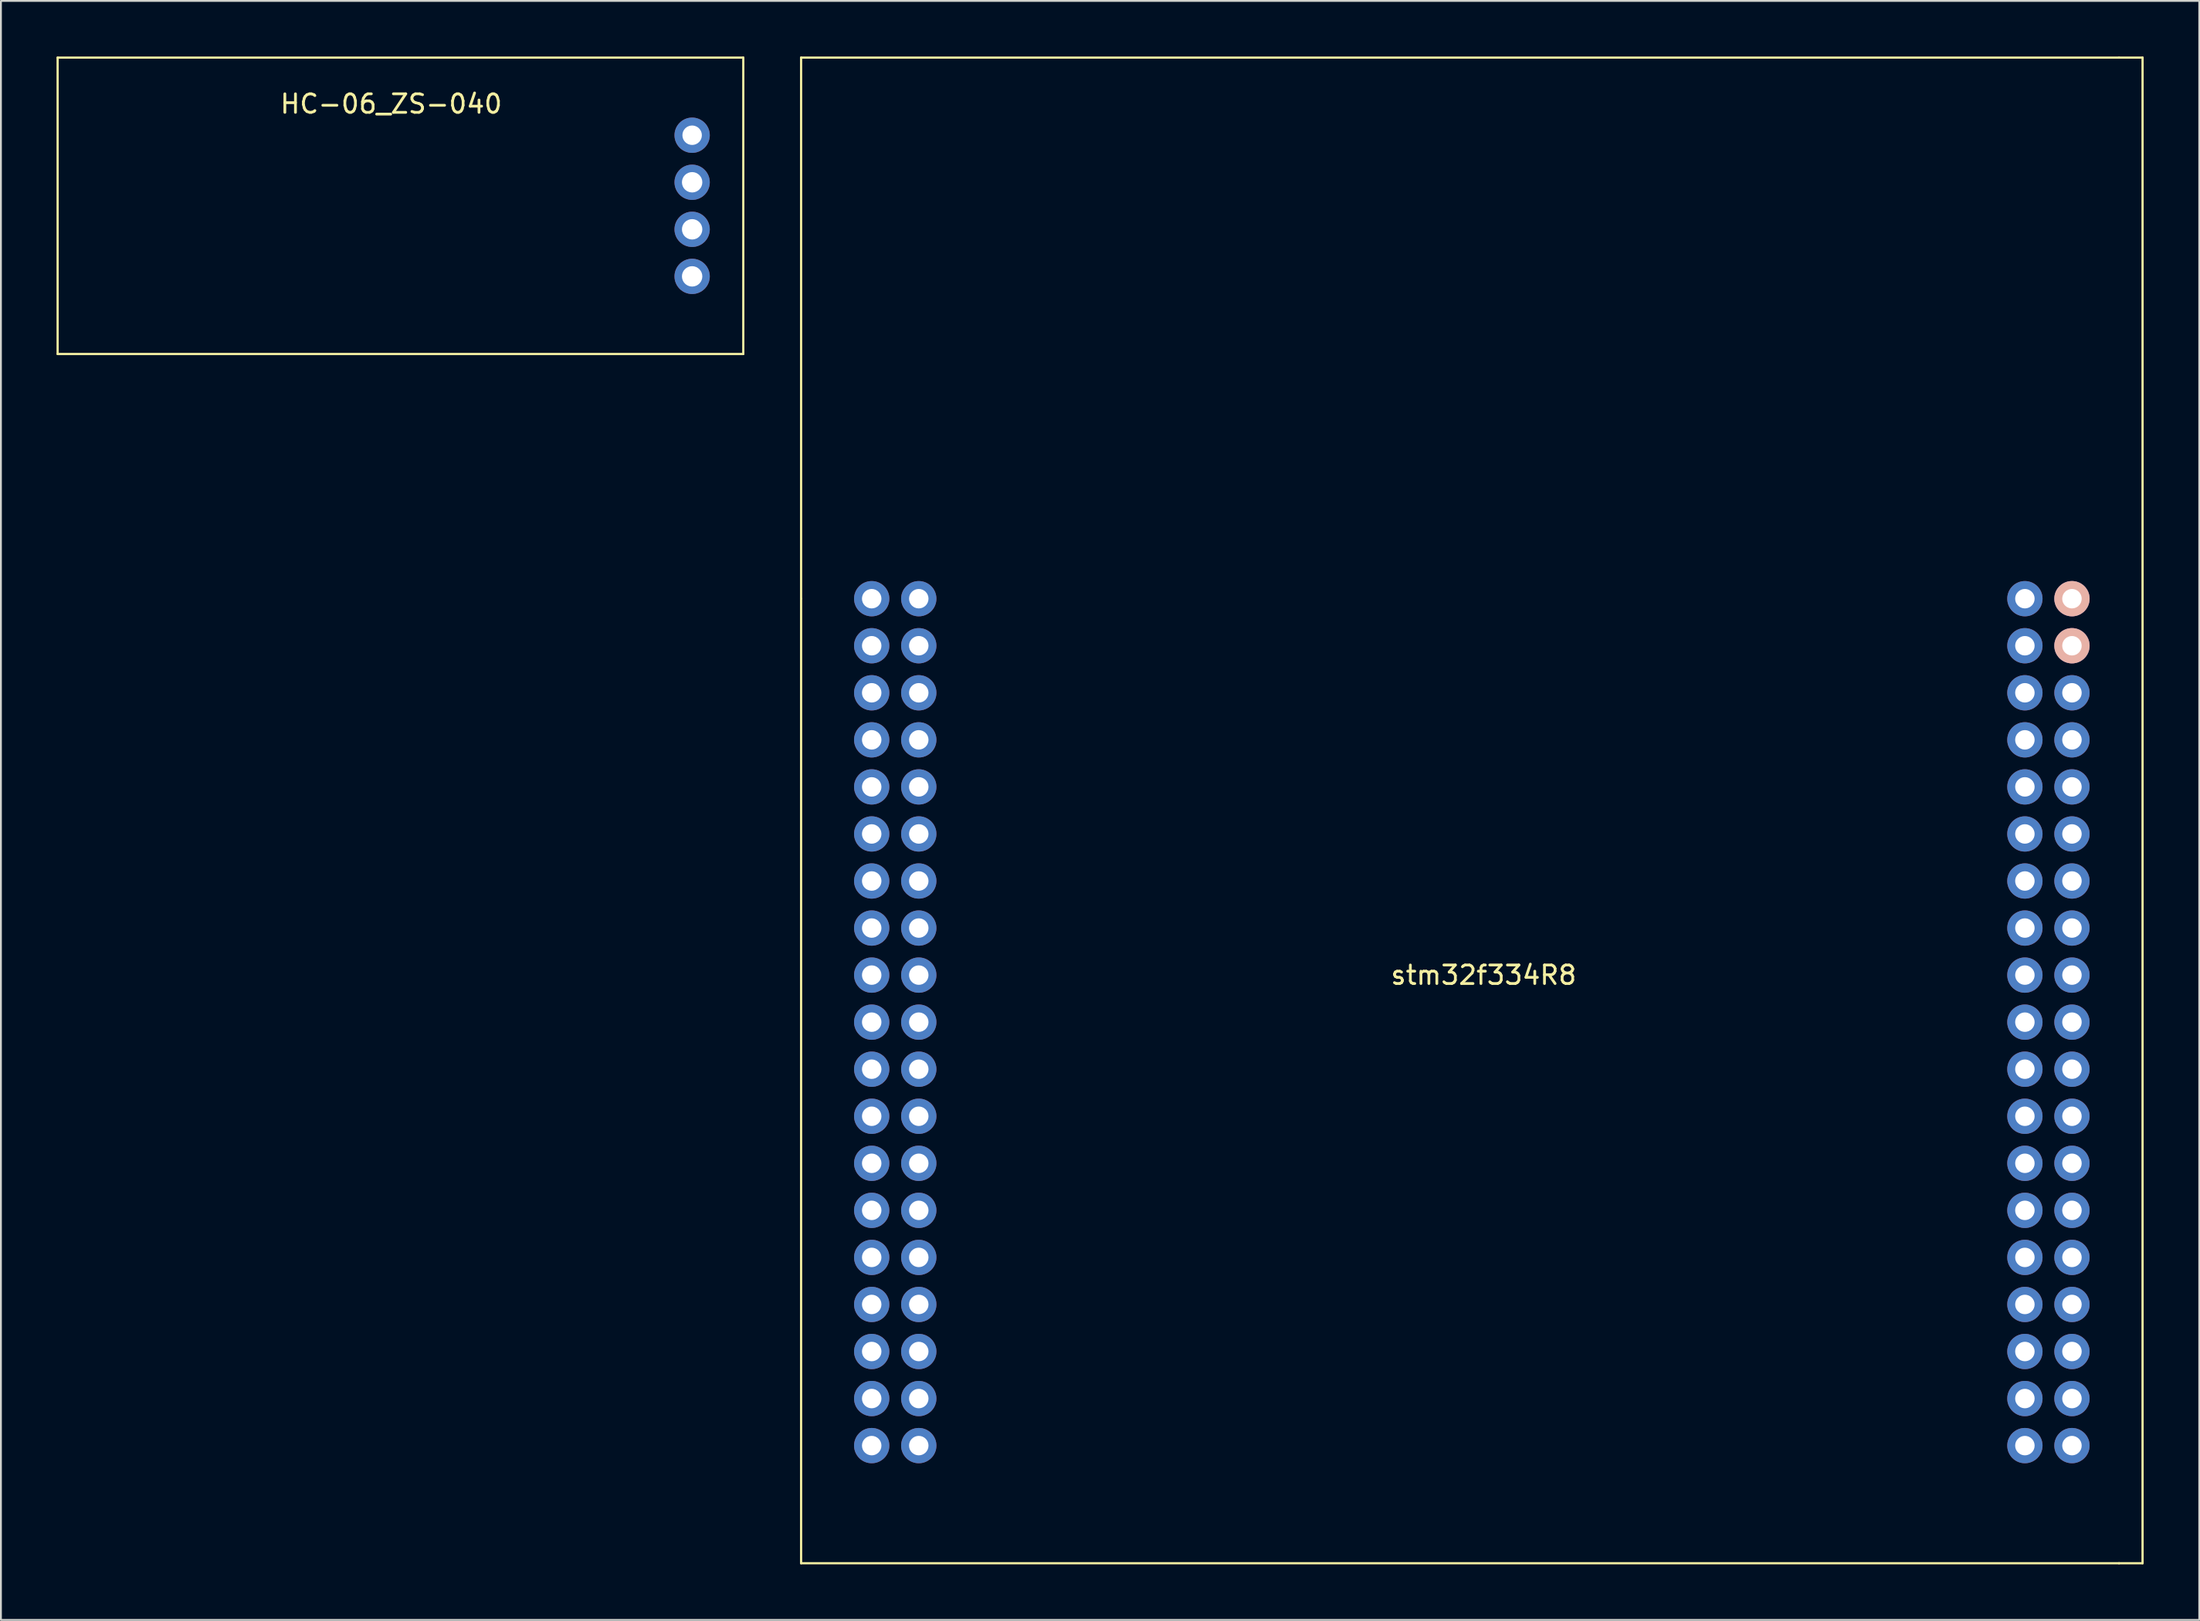
<source format=kicad_pcb>
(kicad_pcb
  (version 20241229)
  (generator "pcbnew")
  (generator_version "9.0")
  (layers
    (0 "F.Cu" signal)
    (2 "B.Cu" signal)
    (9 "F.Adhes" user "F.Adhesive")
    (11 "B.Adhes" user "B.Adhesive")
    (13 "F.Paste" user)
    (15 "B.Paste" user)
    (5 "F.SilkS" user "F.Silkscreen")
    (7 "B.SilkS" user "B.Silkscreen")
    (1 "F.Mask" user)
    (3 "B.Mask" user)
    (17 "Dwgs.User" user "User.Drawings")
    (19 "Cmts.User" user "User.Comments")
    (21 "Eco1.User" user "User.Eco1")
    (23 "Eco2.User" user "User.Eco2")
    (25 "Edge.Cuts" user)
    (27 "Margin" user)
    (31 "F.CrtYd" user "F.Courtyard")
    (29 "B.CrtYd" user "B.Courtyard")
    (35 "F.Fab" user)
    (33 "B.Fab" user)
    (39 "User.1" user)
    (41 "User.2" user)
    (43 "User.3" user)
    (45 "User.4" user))
  (footprint "HC-06_ZS-040"
    (layer "F.Cu")
    (at 19.06 8.06)
    (property "Reference" "HC-06_ZS-040" (at -1 -5.5 0) (layer "F.SilkS") (effects (font (size 1 1) (thickness 0.15))))
    (attr through_hole)
    (fp_line (start -19 -8) (end 18 -8) (stroke (width 0.12) (type solid)) (layer "F.SilkS"))
    (fp_line (start -19 8) (end -19 -8) (stroke (width 0.12) (type solid)) (layer "F.SilkS"))
    (fp_line (start 18 -8) (end 18 8) (stroke (width 0.12) (type solid)) (layer "F.SilkS"))
    (fp_line (start 18 8) (end -19 8) (stroke (width 0.12) (type solid)) (layer "F.SilkS"))
    (pad "1" thru_hole circle (at 15.24 -3.81 270) (size 1.905 1.905) (drill 1.05) (layers "*.Cu" "*.Mask"))
    (pad "2" thru_hole circle (at 15.24 -1.27 270) (size 1.905 1.905) (drill 1.1) (layers "*.Cu" "*.Mask"))
    (pad "3" thru_hole circle (at 15.24 1.27 270) (size 1.905 1.905) (drill 1.1) (layers "*.Cu" "*.Mask"))
    (pad "4" thru_hole circle (at 15.24 3.81 270) (size 1.905 1.905) (drill 1.1) (layers "*.Cu" "*.Mask")))
  (footprint "stm32f334R8"
    (layer "F.Cu")
    (at 74.47 49.59)
    (property "Reference" "stm32f334R8" (at 2.54 0 0) (layer "F.SilkS") (effects (font (size 1 1) (thickness 0.15))))
    (attr through_hole)
    (fp_line (start -34.29 -49.53) (end -34.29 -20.32) (stroke (width 0.12) (type solid)) (layer "F.SilkS"))
    (fp_line (start -34.29 -20.32) (end -34.29 31.75) (stroke (width 0.12) (type solid)) (layer "F.SilkS"))
    (fp_line (start -34.29 31.75) (end 36.83 31.75) (stroke (width 0.12) (type solid)) (layer "F.SilkS"))
    (fp_line (start 36.83 -49.53) (end -34.29 -49.53) (stroke (width 0.12) (type solid)) (layer "F.SilkS"))
    (fp_line (start 36.83 -49.53) (end 38.1 -49.53) (stroke (width 0.12) (type solid)) (layer "F.SilkS"))
    (fp_line (start 38.1 -49.53) (end 38.1 31.75) (stroke (width 0.12) (type solid)) (layer "F.SilkS"))
    (fp_line (start 38.1 31.75) (end 36.83 31.75) (stroke (width 0.12) (type solid)) (layer "F.SilkS"))
    (pad "2" thru_hole circle (at -30.48 7.62) (size 1.905 1.905) (drill 1.05) (layers "*.Cu" "*.Mask"))
    (pad "3" thru_hole circle (at -30.48 10.16) (size 1.905 1.905) (drill 1.05) (layers "*.Cu" "*.Mask"))
    (pad "3V3" thru_hole circle (at -27.94 -2.54) (size 1.905 1.905) (drill 1.05) (layers "*.Cu" "*.Mask"))
    (pad "4" thru_hole circle (at -30.48 12.7) (size 1.905 1.905) (drill 1.05) (layers "*.Cu" "*.Mask"))
    (pad "5" thru_hole circle (at -30.48 15.24) (size 1.905 1.905) (drill 1.05) (layers "*.Cu" "*.Mask"))
    (pad "5V" thru_hole circle (at -27.94 0) (size 1.905 1.905) (drill 1.05) (layers "*.Cu" "F.Mask"))
    (pad "6" thru_hole circle (at -30.48 17.78) (size 1.905 1.905) (drill 1.05) (layers "*.Cu" "*.Mask"))
    (pad "8" thru_hole circle (at -27.94 25.4) (size 1.905 1.905) (drill 1.05) (layers "*.Cu" "*.Mask"))
    (pad "9" thru_hole circle (at -27.94 22.86) (size 1.905 1.905) (drill 1.05) (layers "*.Cu" "*.Mask"))
    (pad "10" thru_hole circle (at -30.48 22.86) (size 1.905 1.905) (drill 1.05) (layers "*.Cu" "*.Mask"))
    (pad "11" thru_hole circle (at -30.48 25.4) (size 1.905 1.905) (drill 1.05) (layers "*.Cu" "*.Mask"))
    (pad "14" thru_hole circle (at -27.94 12.7) (size 1.905 1.905) (drill 1.05) (layers "*.Cu" "*.Mask"))
    (pad "15" thru_hole circle (at -27.94 15.24) (size 1.905 1.905) (drill 1.05) (layers "*.Cu" "*.Mask"))
    (pad "16" thru_hole circle (at 31.75 22.86) (size 1.905 1.905) (drill 1.05) (layers "*.Cu" "*.Mask"))
    (pad "17" thru_hole circle (at 31.75 25.4) (size 1.905 1.905) (drill 1.05) (layers "*.Cu" "*.Mask"))
    (pad "20" thru_hole circle (at -27.94 17.78) (size 1.905 1.905) (drill 1.05) (layers "*.Cu" "*.Mask"))
    (pad "21" thru_hole circle (at 31.75 -7.62) (size 1.905 1.905) (drill 1.05) (layers "*.Cu" "*.Mask"))
    (pad "22" thru_hole circle (at 31.75 -5.08) (size 1.905 1.905) (drill 1.05) (layers "*.Cu" "*.Mask"))
    (pad "23" thru_hole circle (at 31.75 -2.54) (size 1.905 1.905) (drill 1.05) (layers "*.Cu" "*.Mask"))
    (pad "24" thru_hole circle (at 34.29 20.32) (size 1.905 1.905) (drill 1.05) (layers "*.Cu" "*.Mask"))
    (pad "25" thru_hole circle (at 34.29 -15.24) (size 1.905 1.905) (drill 1.05) (layers "*.Cu" "*.Mask"))
    (pad "26" thru_hole circle (at -27.94 20.32) (size 1.905 1.905) (drill 1.05) (layers "*.Cu" "*.Mask"))
    (pad "27" thru_hole circle (at 34.29 7.62) (size 1.905 1.905) (drill 1.05) (layers "*.Cu" "*.Mask"))
    (pad "28" thru_hole circle (at 34.29 5.08) (size 1.905 1.905) (drill 1.05) (layers "*.Cu" "*.Mask"))
    (pad "29" thru_hole circle (at 31.75 10.16) (size 1.905 1.905) (drill 1.05) (layers "*.Cu" "*.Mask"))
    (pad "30" thru_hole circle (at 34.29 0) (size 1.905 1.905) (drill 1.05) (layers "*.Cu" "*.Mask"))
    (pad "33" thru_hole circle (at 34.29 -2.54) (size 1.905 1.905) (drill 1.05) (layers "*.Cu" "*.Mask"))
    (pad "34" thru_hole circle (at 34.29 15.24) (size 1.905 1.905) (drill 1.05) (layers "*.Cu" "*.Mask"))
    (pad "35" thru_hole circle (at 34.29 12.7) (size 1.905 1.905) (drill 1.05) (layers "*.Cu" "*.Mask"))
    (pad "36" thru_hole circle (at 34.29 10.16) (size 1.905 1.905) (drill 1.05) (layers "*.Cu" "*.Mask"))
    (pad "37" thru_hole circle (at 34.29 -17.78) (size 1.905 1.905) (drill 1.05) (layers "*.Cu" "*.Mask" "B.SilkS"))
    (pad "38" thru_hole circle (at 31.75 2.54) (size 1.905 1.905) (drill 1.05) (layers "*.Cu" "*.Mask"))
    (pad "39" thru_hole circle (at 34.29 -20.32) (size 1.905 1.905) (drill 1.05) (layers "*.Cu" "*.Mask" "B.SilkS"))
    (pad "40" thru_hole circle (at 31.75 -20.32) (size 1.905 1.905) (drill 1.05) (layers "*.Cu" "*.Mask"))
    (pad "41" thru_hole circle (at 31.75 7.62) (size 1.905 1.905) (drill 1.05) (layers "*.Cu" "*.Mask"))
    (pad "42" thru_hole circle (at 31.75 5.08) (size 1.905 1.905) (drill 1.05) (layers "*.Cu" "*.Mask"))
    (pad "43" thru_hole circle (at 31.75 20.32) (size 1.905 1.905) (drill 1.05) (layers "*.Cu" "*.Mask"))
    (pad "44" thru_hole circle (at 34.29 -5.08) (size 1.905 1.905) (drill 1.05) (layers "*.Cu" "*.Mask"))
    (pad "45" thru_hole circle (at 34.29 -7.62) (size 1.905 1.905) (drill 1.05) (layers "*.Cu" "*.Mask"))
    (pad "46" thru_hole circle (at -30.48 -5.08) (size 1.905 1.905) (drill 1.05) (layers "*.Cu" "*.Mask"))
    (pad "49" thru_hole circle (at -30.48 -2.54) (size 1.905 1.905) (drill 1.05) (layers "*.Cu" "*.Mask"))
    (pad "50" thru_hole circle (at -30.48 0) (size 1.905 1.905) (drill 1.05) (layers "*.Cu" "*.Mask" "Eco2.User"))
    (pad "51" thru_hole circle (at -30.48 -20.32) (size 1.905 1.905) (drill 1.05) (layers "*.Cu" "*.Mask" "B.Adhes"))
    (pad "52" thru_hole circle (at -27.94 -20.32) (size 1.905 1.905) (drill 1.05) (layers "*.Cu" "*.Mask"))
    (pad "53" thru_hole circle (at -30.48 -17.78) (size 1.905 1.905) (drill 1.05) (layers "*.Cu" "*.Mask"))
    (pad "54" thru_hole circle (at -27.94 -17.78) (size 1.905 1.905) (drill 1.05) (layers "*.Cu" "*.Mask" "B.Paste"))
    (pad "55" thru_hole circle (at 31.75 17.78) (size 1.905 1.905) (drill 1.05) (layers "*.Cu" "*.Mask"))
    (pad "56" thru_hole circle (at 31.75 12.7) (size 1.905 1.905) (drill 1.05) (layers "*.Cu" "*.Mask"))
    (pad "57" thru_hole circle (at 31.75 15.24) (size 1.905 1.905) (drill 1.05) (layers "*.Cu" "*.Mask"))
    (pad "58" thru_hole circle (at 31.75 0) (size 1.905 1.905) (drill 1.05) (layers "*.Cu" "*.Mask"))
    (pad "59" thru_hole circle (at -30.48 5.08) (size 1.905 1.905) (drill 1.05) (layers "*.Cu" "*.Mask"))
    (pad "60" thru_hole circle (at -30.48 -12.7) (size 1.905 1.905) (drill 1.05) (layers "*.Cu" "*.Mask"))
    (pad "61" thru_hole circle (at 31.75 -17.78) (size 1.905 1.905) (drill 1.05) (layers "*.Cu" "*.Mask"))
    (pad "62" thru_hole circle (at 31.75 -15.24) (size 1.905 1.905) (drill 1.05) (layers "*.Cu" "*.Mask"))
    (pad "AGND" thru_hole circle (at 34.29 17.78) (size 1.905 1.905) (drill 1.05) (layers "*.Cu" "*.Mask"))
    (pad "AVDD" thru_hole circle (at 31.75 -12.7) (size 1.905 1.905) (drill 1.05) (layers "*.Cu" "*.Mask"))
    (pad "E5V" thru_hole circle (at -27.94 -15.24) (size 1.905 1.905) (drill 1.05) (layers "*.Cu" "*.Mask"))
    (pad "GND" thru_hole circle (at -30.48 2.54) (size 1.905 1.905) (drill 1.05) (layers "*.Cu" "*.Mask"))
    (pad "GND" thru_hole circle (at -27.94 -12.7) (size 1.905 1.905) (drill 1.05) (layers "*.Cu" "*.Mask"))
    (pad "GND" thru_hole circle (at -27.94 2.54) (size 1.905 1.905) (drill 1.05) (layers "*.Cu" "*.Mask"))
    (pad "GND" thru_hole circle (at -27.94 5.08) (size 1.905 1.905) (drill 1.05) (layers "*.Cu" "*.Mask"))
    (pad "GND" thru_hole circle (at 31.75 -10.16) (size 1.905 1.905) (drill 1.05) (layers "*.Cu" "*.Mask"))
    (pad "GND" thru_hole circle (at 34.29 2.54) (size 1.905 1.905) (drill 1.05) (layers "*.Cu" "*.Mask"))
    (pad "IOREF" thru_hole circle (at -27.94 -7.62) (size 1.905 1.905) (drill 1.05) (layers "*.Cu" "*.Mask"))
    (pad "NC" thru_hole circle (at -30.48 -10.16) (size 1.905 1.905) (drill 1.05) (layers "*.Cu" "*.Mask"))
    (pad "NC" thru_hole circle (at -30.48 -7.62) (size 1.905 1.905) (drill 1.05) (layers "*.Cu" "*.Mask"))
    (pad "NC" thru_hole circle (at -27.94 -10.16) (size 1.905 1.905) (drill 1.05) (layers "*.Cu" "*.Mask"))
    (pad "NC" thru_hole circle (at -27.94 10.16) (size 1.905 1.905) (drill 1.05) (layers "*.Cu" "*.Mask"))
    (pad "NC" thru_hole circle (at 34.29 -10.16) (size 1.905 1.905) (drill 1.05) (layers "*.Cu" "*.Mask"))
    (pad "NC" thru_hole circle (at 34.29 22.86) (size 1.905 1.905) (drill 1.05) (layers "*.Cu" "*.Mask"))
    (pad "NC" thru_hole circle (at 34.29 25.4) (size 1.905 1.905) (drill 1.05) (layers "*.Cu" "*.Mask"))
    (pad "RESET" thru_hole circle (at -27.94 -5.08) (size 1.905 1.905) (drill 1.05) (layers "*.Cu" "*.Mask"))
    (pad "U5V" thru_hole circle (at 34.29 -12.7) (size 1.905 1.905) (drill 1.05) (layers "*.Cu" "*.Mask"))
    (pad "VBAT" thru_hole circle (at -30.48 20.32) (size 1.905 1.905) (drill 1.05) (layers "*.Cu" "*.Mask"))
    (pad "VDD" thru_hole circle (at -30.48 -15.24) (size 1.905 1.905) (drill 1.05) (layers "*.Cu" "*.Mask"))
    (pad "VIN" thru_hole circle (at -27.94 7.62) (size 1.905 1.905) (drill 1.05) (layers "*.Cu" "*.Mask")))
  (gr_rect
    (start -3 -3)
    (end 115.63 84.4)
    (stroke (width 0.1) (type default))
    (fill no)
    (layer "Edge.Cuts")))
</source>
